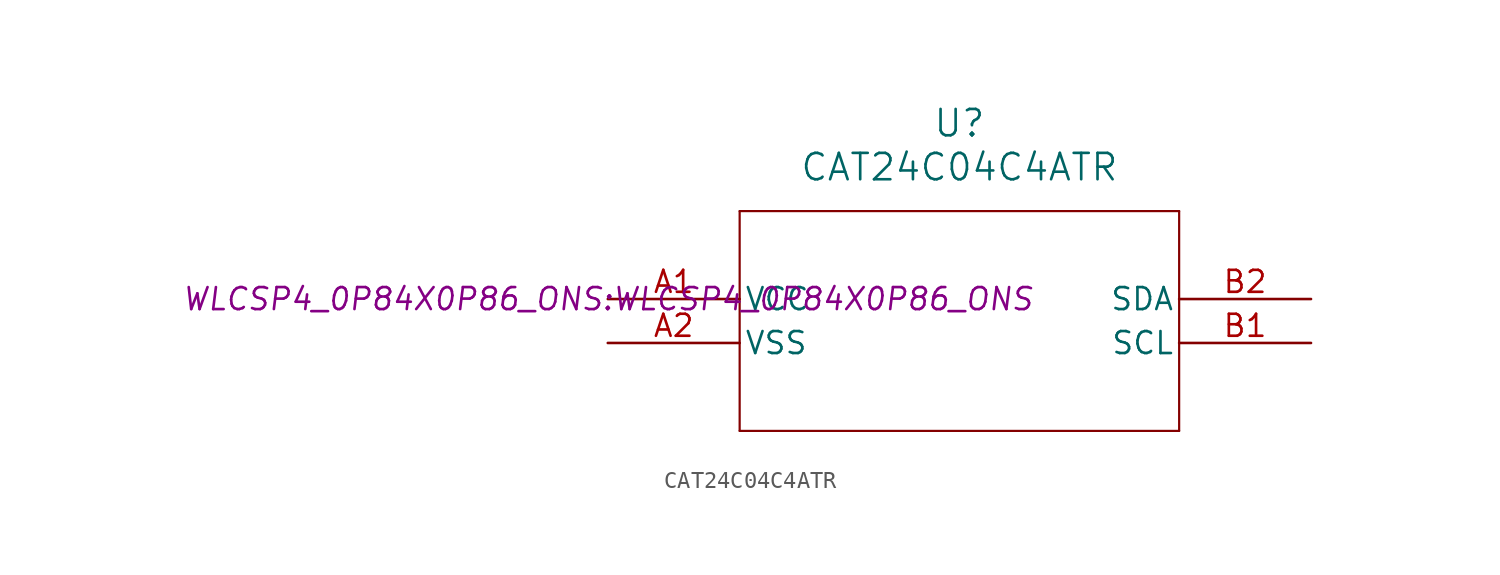
<source format=kicad_sym>
(kicad_symbol_lib
  (version 20241209)
  (generator "kicad_symbol_editor")
  (generator_version "9.0")
  (symbol "CAT24C04C4ATR"
    (pin_names
      (offset 0.254))
    (property "Reference" "U"
      (at 20.32 10.16 0)
      (effects (font (size 1.524 1.524))))
    (property "Value" "CAT24C04C4ATR"
      (at 20.32 7.62 0)
      (effects (font (size 1.524 1.524))))
    (property "Footprint" "WLCSP4_0P84X0P86_ONS:WLCSP4_0P84X0P86_ONS"
      (at 0 0 0)
      (effects (font (size 1.27 1.27) (italic yes))))
    (symbol "CAT24C04C4ATR_0_1"
      (polyline (pts (xy 7.62 5.08) (xy 7.62 -7.62)) (stroke (width 0.127) (type default)) (fill (type none)))
      (polyline (pts (xy 7.62 -7.62) (xy 33.02 -7.62)) (stroke (width 0.127) (type default)) (fill (type none)))
      (polyline (pts (xy 33.02 5.08) (xy 7.62 5.08)) (stroke (width 0.127) (type default)) (fill (type none)))
      (polyline (pts (xy 33.02 -7.62) (xy 33.02 5.08)) (stroke (width 0.127) (type default)) (fill (type none)))
      (pin power_in line (at 0 0 0) (length 7.62) (name "VCC" (effects (font (size 1.27 1.27)))) (number "A1" (effects (font (size 1.27 1.27)))))
      (pin power_in line (at 0 -2.54 0) (length 7.62) (name "VSS" (effects (font (size 1.27 1.27)))) (number "A2" (effects (font (size 1.27 1.27)))))
      (pin bidirectional line (at 40.64 0 180) (length 7.62) (name "SDA" (effects (font (size 1.27 1.27)))) (number "B2" (effects (font (size 1.27 1.27)))))
      (pin input line (at 40.64 -2.54 180) (length 7.62) (name "SCL" (effects (font (size 1.27 1.27)))) (number "B1" (effects (font (size 1.27 1.27))))))))
</source>
